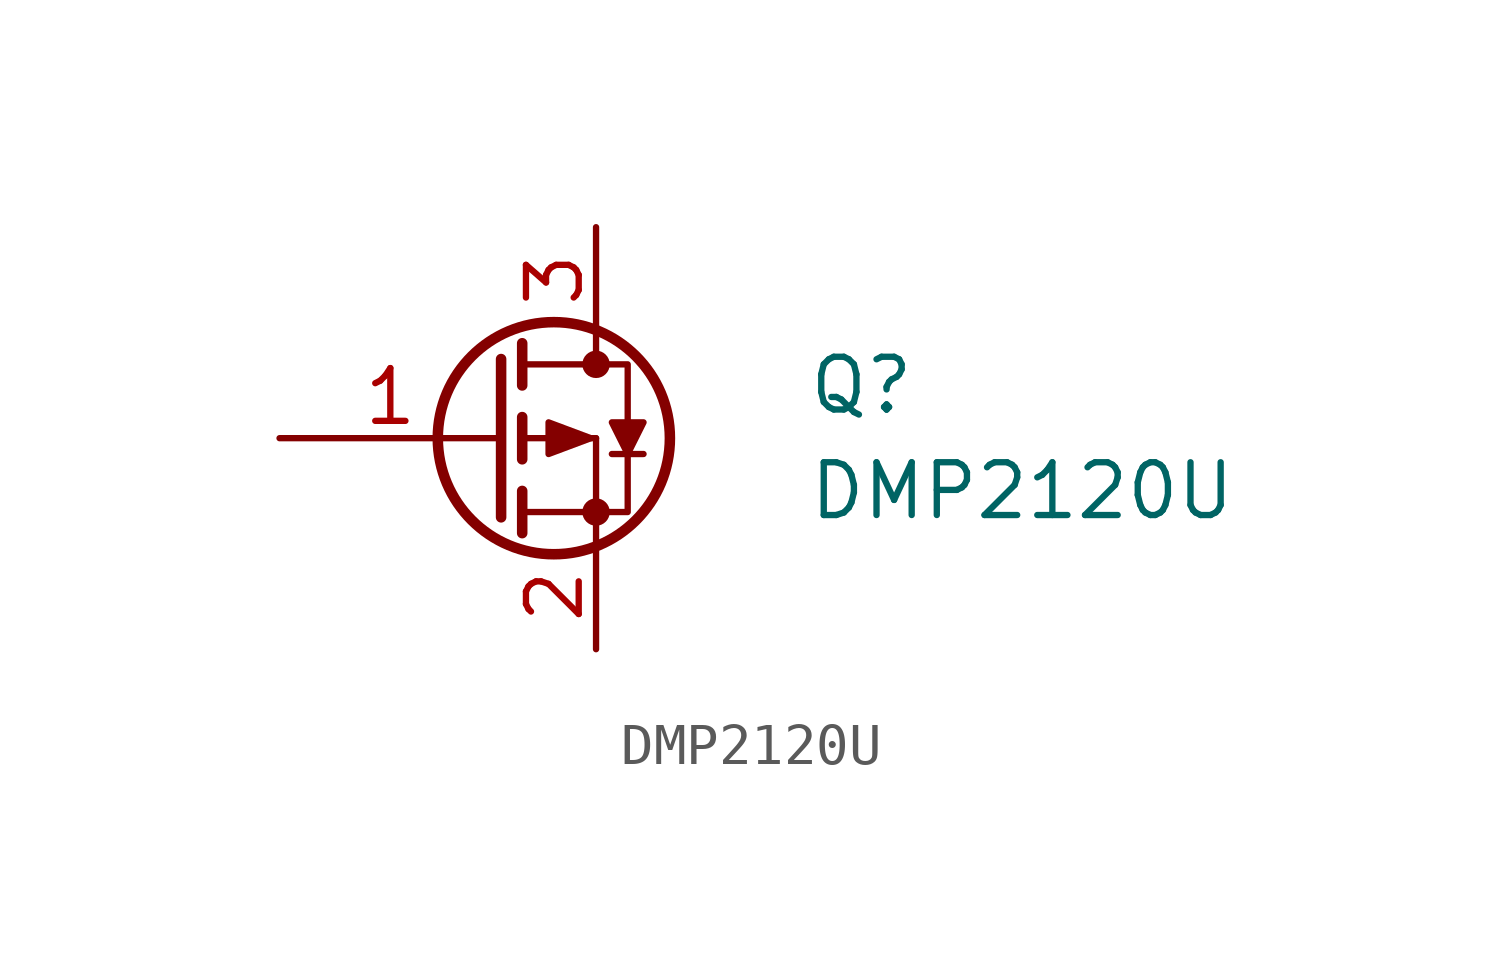
<source format=kicad_sym>
(kicad_symbol_lib
  (version 20211014)
  (generator kicad_symbol_editor)
  (symbol "DMP2120U"
    (pin_names
      (offset 0) hide)
    (property "Reference" "Q"
      (at 7.62 1.27 0)
      (effects (font (size 1.27 1.27)) (justify left)))
    (property "Value" "DMP2120U"
      (at 7.62 -1.27 0)
      (effects (font (size 1.27 1.27)) (justify left)))
    (symbol "DMP2120U_0_1"
      (polyline (pts (xy 0.762 -1.778) (xy 2.54 -1.778)) (stroke (width 0) (type default) (color 0 0 0 0)) (fill (type none)))
      (polyline (pts (xy 0.762 -1.27) (xy 0.762 -2.286)) (stroke (width 0.254) (type default) (color 0 0 0 0)) (fill (type none)))
      (polyline (pts (xy 0.762 0) (xy 2.54 0)) (stroke (width 0) (type default) (color 0 0 0 0)) (fill (type none)))
      (polyline (pts (xy 0.762 0.508) (xy 0.762 -0.508)) (stroke (width 0.254) (type default) (color 0 0 0 0)) (fill (type none)))
      (polyline (pts (xy 0.762 1.778) (xy 2.54 1.778)) (stroke (width 0) (type default) (color 0 0 0 0)) (fill (type none)))
      (polyline (pts (xy 0.762 2.286) (xy 0.762 1.27)) (stroke (width 0.254) (type default) (color 0 0 0 0)) (fill (type none)))
      (polyline (pts (xy 2.54 -1.778) (xy 2.54 -2.54)) (stroke (width 0) (type default) (color 0 0 0 0)) (fill (type none)))
      (polyline (pts (xy 2.54 -1.778) (xy 2.54 0)) (stroke (width 0) (type default) (color 0 0 0 0)) (fill (type none)))
      (polyline (pts (xy 2.54 2.54) (xy 2.54 1.778)) (stroke (width 0) (type default) (color 0 0 0 0)) (fill (type none)))
      (polyline (pts (xy 2.921 -0.381) (xy 3.683 -0.381)) (stroke (width 0) (type default) (color 0 0 0 0)) (fill (type none)))
      (polyline (pts (xy 0.254 1.905) (xy 0.254 -1.905) (xy 0.254 -1.905)) (stroke (width 0.254) (type default) (color 0 0 0 0)) (fill (type none)))
      (polyline (pts (xy 2.54 -1.778) (xy 3.302 -1.778) (xy 3.302 -0.254)) (stroke (width 0) (type default) (color 0 0 0 0)) (fill (type none)))
      (polyline (pts (xy 3.302 0.381) (xy 3.302 1.778) (xy 2.54 1.778)) (stroke (width 0) (type default) (color 0 0 0 0)) (fill (type none)))
      (polyline (pts (xy 1.397 0.381) (xy 1.397 -0.381) (xy 2.413 0) (xy 1.397 0.381)) (stroke (width 0) (type default) (color 0 0 0 0)) (fill (type outline)))
      (polyline (pts (xy 3.302 -0.381) (xy 3.683 0.381) (xy 3.302 0.381) (xy 2.921 0.381) (xy 3.302 -0.381)) (stroke (width 0) (type default) (color 0 0 0 0)) (fill (type outline)))
      (circle (center 1.524 0) (radius 2.794) (stroke (width 0.254) (type default) (color 0 0 0 0)) (fill (type none)))
      (circle (center 2.54 -1.778) (radius 0.254) (stroke (width 0) (type default) (color 0 0 0 0)) (fill (type outline)))
      (circle (center 2.54 1.778) (radius 0.254) (stroke (width 0) (type default) (color 0 0 0 0)) (fill (type outline))))
    (symbol "DMP2120U_1_1"
      (pin passive line (at -5.08 0 0) (length 5.334) (name "G" (effects (font (size 1.27 1.27)))) (number "1" (effects (font (size 1.27 1.27)))))
      (pin passive line (at 2.54 -5.08 90) (length 2.54) (name "S" (effects (font (size 1.27 1.27)))) (number "2" (effects (font (size 1.27 1.27)))))
      (pin passive line (at 2.54 5.08 270) (length 2.54) (name "D" (effects (font (size 1.27 1.27)))) (number "3" (effects (font (size 1.27 1.27))))))))
</source>
